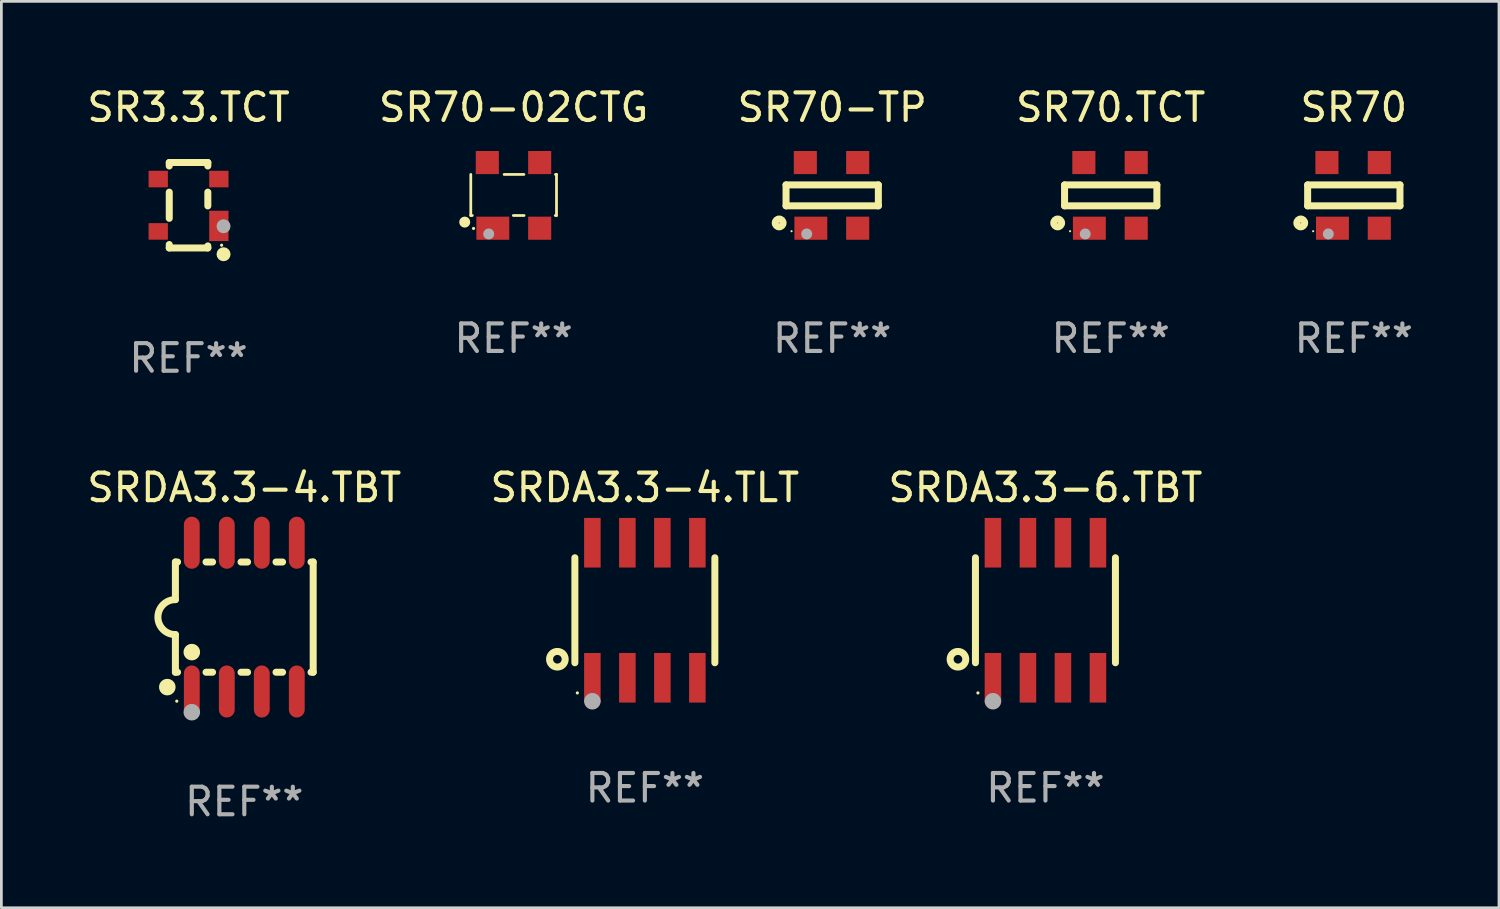
<source format=kicad_pcb>
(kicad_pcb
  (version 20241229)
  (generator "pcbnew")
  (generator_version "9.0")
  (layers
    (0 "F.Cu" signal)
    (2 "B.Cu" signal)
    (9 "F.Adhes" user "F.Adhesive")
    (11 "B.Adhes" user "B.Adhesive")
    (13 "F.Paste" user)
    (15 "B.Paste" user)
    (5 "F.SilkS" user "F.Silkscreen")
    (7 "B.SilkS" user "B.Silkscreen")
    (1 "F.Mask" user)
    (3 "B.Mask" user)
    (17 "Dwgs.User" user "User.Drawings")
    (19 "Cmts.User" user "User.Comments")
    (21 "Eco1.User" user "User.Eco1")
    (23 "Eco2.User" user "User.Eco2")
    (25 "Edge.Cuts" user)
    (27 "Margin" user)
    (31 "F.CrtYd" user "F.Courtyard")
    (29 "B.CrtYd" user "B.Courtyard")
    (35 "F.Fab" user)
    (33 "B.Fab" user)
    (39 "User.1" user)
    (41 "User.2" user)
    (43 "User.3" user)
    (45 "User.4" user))
  (footprint "SRDA3.3-6.TBT"
    (layer "F.Cu")
    (at 34.887 19.095)
    (property "Reference" "SRDA3.3-6.TBT" (at 0 -4.45 0) (layer "F.SilkS") (effects (font (size 1 1) (thickness 0.15))))
    (attr through_hole)
    (fp_line (start -2.54 -1.905) (end -2.54 1.905) (stroke (width 0.254) (type solid)) (layer "F.SilkS"))
    (fp_line (start 2.54 -1.905) (end 2.54 1.905) (stroke (width 0.254) (type solid)) (layer "F.SilkS"))
    (fp_circle (center -3.175 1.778) (end -2.891 1.778) (stroke (width 0.254) (type solid)) (fill no) (layer "F.SilkS"))
    (fp_circle (center -2.45 3) (end -2.42 3) (stroke (width 0.06) (type solid)) (fill no) (layer "F.SilkS"))
    (fp_circle (center -1.905 3.302) (end -1.755 3.302) (stroke (width 0.3) (type solid)) (fill no) (layer "F.Fab"))
    (fp_text user "REF**" (at 0 6.45 0) (layer "F.Fab") (effects (font (size 1 1) (thickness 0.15))))
    (pad "1" smd rect (at -1.905 2.45) (size 0.6 1.8) (layers "F.Cu" "F.Mask" "F.Paste"))
    (pad "2" smd rect (at -0.635 2.45) (size 0.6 1.8) (layers "F.Cu" "F.Mask" "F.Paste"))
    (pad "3" smd rect (at 0.635 2.45) (size 0.6 1.8) (layers "F.Cu" "F.Mask" "F.Paste"))
    (pad "4" smd rect (at 1.905 2.45) (size 0.6 1.8) (layers "F.Cu" "F.Mask" "F.Paste"))
    (pad "5" smd rect (at 1.905 -2.45 180) (size 0.6 1.8) (layers "F.Cu" "F.Mask" "F.Paste"))
    (pad "6" smd rect (at 0.635 -2.45 180) (size 0.6 1.8) (layers "F.Cu" "F.Mask" "F.Paste"))
    (pad "7" smd rect (at -0.635 -2.45 180) (size 0.6 1.8) (layers "F.Cu" "F.Mask" "F.Paste"))
    (pad "8" smd rect (at -1.905 -2.45 180) (size 0.6 1.8) (layers "F.Cu" "F.Mask" "F.Paste")))
  (footprint "SRDA3.3-4.TLT"
    (layer "F.Cu")
    (at 20.351 19.095)
    (property "Reference" "SRDA3.3-4.TLT" (at 0 -4.45 0) (layer "F.SilkS") (effects (font (size 1 1) (thickness 0.15))))
    (attr through_hole)
    (fp_line (start -2.54 -1.905) (end -2.54 1.905) (stroke (width 0.254) (type solid)) (layer "F.SilkS"))
    (fp_line (start 2.54 -1.905) (end 2.54 1.905) (stroke (width 0.254) (type solid)) (layer "F.SilkS"))
    (fp_circle (center -3.175 1.778) (end -2.891 1.778) (stroke (width 0.254) (type solid)) (fill no) (layer "F.SilkS"))
    (fp_circle (center -2.45 3) (end -2.42 3) (stroke (width 0.06) (type solid)) (fill no) (layer "F.SilkS"))
    (fp_circle (center -1.905 3.302) (end -1.755 3.302) (stroke (width 0.3) (type solid)) (fill no) (layer "F.Fab"))
    (fp_text user "REF**" (at 0 6.45 0) (layer "F.Fab") (effects (font (size 1 1) (thickness 0.15))))
    (pad "1" smd rect (at -1.905 2.45) (size 0.6 1.8) (layers "F.Cu" "F.Mask" "F.Paste"))
    (pad "2" smd rect (at -0.635 2.45) (size 0.6 1.8) (layers "F.Cu" "F.Mask" "F.Paste"))
    (pad "3" smd rect (at 0.635 2.45) (size 0.6 1.8) (layers "F.Cu" "F.Mask" "F.Paste"))
    (pad "4" smd rect (at 1.905 2.45) (size 0.6 1.8) (layers "F.Cu" "F.Mask" "F.Paste"))
    (pad "5" smd rect (at 1.905 -2.45 180) (size 0.6 1.8) (layers "F.Cu" "F.Mask" "F.Paste"))
    (pad "6" smd rect (at 0.635 -2.45 180) (size 0.6 1.8) (layers "F.Cu" "F.Mask" "F.Paste"))
    (pad "7" smd rect (at -0.635 -2.45 180) (size 0.6 1.8) (layers "F.Cu" "F.Mask" "F.Paste"))
    (pad "8" smd rect (at -1.905 -2.45 180) (size 0.6 1.8) (layers "F.Cu" "F.Mask" "F.Paste")))
  (footprint "SRDA3.3-4.TBT"
    (layer "F.Cu")
    (at 5.815 19.344)
    (property "Reference" "SRDA3.3-4.TBT" (at 0 -4.699 0) (layer "F.SilkS") (effects (font (size 1 1) (thickness 0.15))))
    (attr through_hole)
    (fp_line (start -2.5 -2) (end -2.5 -0.635) (stroke (width 0.254) (type solid)) (layer "F.SilkS"))
    (fp_line (start -2.5 -2) (end -2.421 -2) (stroke (width 0.254) (type solid)) (layer "F.SilkS"))
    (fp_line (start -2.5 2) (end -2.5 0.635) (stroke (width 0.254) (type solid)) (layer "F.SilkS"))
    (fp_line (start -2.5 2) (end -2.421 2) (stroke (width 0.254) (type solid)) (layer "F.SilkS"))
    (fp_line (start -1.389 -2) (end -1.151 -2) (stroke (width 0.254) (type solid)) (layer "F.SilkS"))
    (fp_line (start -1.389 2) (end -1.151 2) (stroke (width 0.254) (type solid)) (layer "F.SilkS"))
    (fp_line (start -0.119 -2) (end 0.119 -2) (stroke (width 0.254) (type solid)) (layer "F.SilkS"))
    (fp_line (start -0.119 2) (end 0.119 2) (stroke (width 0.254) (type solid)) (layer "F.SilkS"))
    (fp_line (start 1.151 -2) (end 1.389 -2) (stroke (width 0.254) (type solid)) (layer "F.SilkS"))
    (fp_line (start 1.151 2) (end 1.389 2) (stroke (width 0.254) (type solid)) (layer "F.SilkS"))
    (fp_line (start 2.421 -2) (end 2.5 -2) (stroke (width 0.254) (type solid)) (layer "F.SilkS"))
    (fp_line (start 2.421 2) (end 2.5 2) (stroke (width 0.254) (type solid)) (layer "F.SilkS"))
    (fp_line (start 2.5 -2) (end 2.5 2) (stroke (width 0.254) (type solid)) (layer "F.SilkS"))
    (fp_arc (start -2.5 0.635001) (mid -3.134366 -0.000318) (end -2.499365 -0.635001) (stroke (width 0.254001) (type solid)) (layer "F.SilkS"))
    (fp_circle (center -2.794 2.54) (end -2.644 2.54) (stroke (width 0.3) (type solid)) (fill no) (layer "F.SilkS"))
    (fp_circle (center -2.45 3.05) (end -2.42 3.05) (stroke (width 0.06) (type solid)) (fill no) (layer "F.SilkS"))
    (fp_circle (center -1.905 1.27) (end -1.755 1.27) (stroke (width 0.3) (type solid)) (fill no) (layer "F.SilkS"))
    (fp_circle (center -1.905 3.45) (end -1.755 3.45) (stroke (width 0.3) (type solid)) (fill no) (layer "F.Fab"))
    (fp_text user "REF**" (at 0 6.699 0) (layer "F.Fab") (effects (font (size 1 1) (thickness 0.15))))
    (pad "1" smd oval (at -1.905 2.699) (size 0.574 1.888) (layers "F.Cu" "F.Mask" "F.Paste"))
    (pad "2" smd oval (at -0.635 2.699) (size 0.574 1.888) (layers "F.Cu" "F.Mask" "F.Paste"))
    (pad "3" smd oval (at 0.635 2.699) (size 0.574 1.888) (layers "F.Cu" "F.Mask" "F.Paste"))
    (pad "4" smd oval (at 1.905 2.699) (size 0.574 1.888) (layers "F.Cu" "F.Mask" "F.Paste"))
    (pad "5" smd oval (at 1.905 -2.699) (size 0.574 1.888) (layers "F.Cu" "F.Mask" "F.Paste"))
    (pad "6" smd oval (at 0.635 -2.699) (size 0.574 1.888) (layers "F.Cu" "F.Mask" "F.Paste"))
    (pad "7" smd oval (at -0.635 -2.699) (size 0.574 1.888) (layers "F.Cu" "F.Mask" "F.Paste"))
    (pad "8" smd oval (at -1.905 -2.699) (size 0.574 1.888) (layers "F.Cu" "F.Mask" "F.Paste")))
  (footprint "SR70.TCT"
    (layer "F.Cu")
    (at 37.256 4.04)
    (property "Reference" "SR70.TCT" (at 0 -3.191 0) (layer "F.SilkS") (effects (font (size 1 1) (thickness 0.15))))
    (attr through_hole)
    (fp_line (start -1.675 -0.38) (end -1.675 0.38) (stroke (width 0.254) (type solid)) (layer "F.SilkS"))
    (fp_line (start -1.675 -0.38) (end 1.675 -0.38) (stroke (width 0.254) (type solid)) (layer "F.SilkS"))
    (fp_line (start -1.675 0.38) (end 1.675 0.38) (stroke (width 0.254) (type solid)) (layer "F.SilkS"))
    (fp_line (start 1.675 -0.38) (end 1.675 0.38) (stroke (width 0.254) (type solid)) (layer "F.SilkS"))
    (fp_circle (center -1.925 1) (end -1.783 1) (stroke (width 0.254) (type solid)) (fill no) (layer "F.SilkS"))
    (fp_circle (center -1.475 1.3) (end -1.455 1.3) (stroke (width 0.04) (type solid)) (fill no) (layer "F.SilkS"))
    (fp_circle (center -0.925 1.4) (end -0.825 1.4) (stroke (width 0.2) (type solid)) (fill no) (layer "F.Fab"))
    (fp_text user "REF**" (at 0 5.191 0) (layer "F.Fab") (effects (font (size 1 1) (thickness 0.15))))
    (pad "1" smd rect (at -0.775 1.191) (size 1.194 0.838) (layers "F.Cu" "F.Mask" "F.Paste"))
    (pad "2" smd rect (at 0.925 1.191) (size 0.838 0.838) (layers "F.Cu" "F.Mask" "F.Paste"))
    (pad "3" smd rect (at 0.925 -1.191) (size 0.838 0.838) (layers "F.Cu" "F.Mask" "F.Paste"))
    (pad "4" smd rect (at -0.975 -1.191) (size 0.838 0.838) (layers "F.Cu" "F.Mask" "F.Paste")))
  (footprint "SR70-02CTG"
    (layer "F.Cu")
    (at 15.589 4.04)
    (property "Reference" "SR70-02CTG" (at 0 -3.191 0) (layer "F.SilkS") (effects (font (size 1 1) (thickness 0.15))))
    (attr through_hole)
    (fp_line (start -1.555 0.73) (end -1.555 -0.76) (stroke (width 0.1) (type solid)) (layer "F.SilkS"))
    (fp_line (start -1.5 0.73) (end -1.555 0.73) (stroke (width 0.1) (type solid)) (layer "F.SilkS"))
    (fp_line (start -0.345 -0.76) (end 0.372 -0.76) (stroke (width 0.1) (type solid)) (layer "F.SilkS"))
    (fp_line (start 0.378 0.73) (end -0.01 0.73) (stroke (width 0.1) (type solid)) (layer "F.SilkS"))
    (fp_line (start 1.518 -0.76) (end 1.555 -0.76) (stroke (width 0.1) (type solid)) (layer "F.SilkS"))
    (fp_line (start 1.555 -0.76) (end 1.555 0.73) (stroke (width 0.1) (type solid)) (layer "F.SilkS"))
    (fp_line (start 1.555 0.73) (end 1.512 0.73) (stroke (width 0.1) (type solid)) (layer "F.SilkS"))
    (fp_circle (center -1.775 0.97) (end -1.675 0.97) (stroke (width 0.2) (type solid)) (fill no) (layer "F.SilkS"))
    (fp_circle (center -1.455 1.2) (end -1.425 1.2) (stroke (width 0.06) (type solid)) (fill no) (layer "F.SilkS"))
    (fp_circle (center -0.905 1.4) (end -0.805 1.4) (stroke (width 0.2) (type solid)) (fill no) (layer "F.Fab"))
    (fp_text user "REF**" (at 0 5.191 0) (layer "F.Fab") (effects (font (size 1 1) (thickness 0.15))))
    (pad "1" smd rect (at -0.755 1.191) (size 1.194 0.838) (layers "F.Cu" "F.Mask" "F.Paste"))
    (pad "2" smd rect (at 0.945 1.191) (size 0.838 0.838) (layers "F.Cu" "F.Mask" "F.Paste"))
    (pad "3" smd rect (at 0.945 -1.191) (size 0.838 0.838) (layers "F.Cu" "F.Mask" "F.Paste"))
    (pad "4" smd rect (at -0.955 -1.191) (size 0.838 0.838) (layers "F.Cu" "F.Mask" "F.Paste")))
  (footprint "SR70"
    (layer "F.Cu")
    (at 46.077 4.04)
    (property "Reference" "SR70" (at 0 -3.191 0) (layer "F.SilkS") (effects (font (size 1 1) (thickness 0.15))))
    (attr through_hole)
    (fp_line (start -1.675 -0.38) (end -1.675 0.38) (stroke (width 0.254) (type solid)) (layer "F.SilkS"))
    (fp_line (start -1.675 -0.38) (end 1.675 -0.38) (stroke (width 0.254) (type solid)) (layer "F.SilkS"))
    (fp_line (start -1.675 0.38) (end 1.675 0.38) (stroke (width 0.254) (type solid)) (layer "F.SilkS"))
    (fp_line (start 1.675 -0.38) (end 1.675 0.38) (stroke (width 0.254) (type solid)) (layer "F.SilkS"))
    (fp_circle (center -1.925 1) (end -1.783 1) (stroke (width 0.254) (type solid)) (fill no) (layer "F.SilkS"))
    (fp_circle (center -1.475 1.3) (end -1.455 1.3) (stroke (width 0.04) (type solid)) (fill no) (layer "F.SilkS"))
    (fp_circle (center -0.925 1.4) (end -0.825 1.4) (stroke (width 0.2) (type solid)) (fill no) (layer "F.Fab"))
    (fp_text user "REF**" (at 0 5.191 0) (layer "F.Fab") (effects (font (size 1 1) (thickness 0.15))))
    (pad "1" smd rect (at -0.775 1.191) (size 1.194 0.838) (layers "F.Cu" "F.Mask" "F.Paste"))
    (pad "2" smd rect (at 0.925 1.191) (size 0.838 0.838) (layers "F.Cu" "F.Mask" "F.Paste"))
    (pad "3" smd rect (at 0.925 -1.191) (size 0.838 0.838) (layers "F.Cu" "F.Mask" "F.Paste"))
    (pad "4" smd rect (at -0.975 -1.191) (size 0.838 0.838) (layers "F.Cu" "F.Mask" "F.Paste")))
  (footprint "SR3.3.TCT"
    (layer "F.Cu")
    (at 3.792 4.398)
    (property "Reference" "SR3.3.TCT" (at 0 -3.55 0) (layer "F.SilkS") (effects (font (size 1 1) (thickness 0.15))))
    (attr through_hole)
    (fp_line (start -0.7 -1.425) (end -0.7 -1.55) (stroke (width 0.254) (type solid)) (layer "F.SilkS"))
    (fp_line (start -0.7 0.475) (end -0.7 -0.475) (stroke (width 0.254) (type solid)) (layer "F.SilkS"))
    (fp_line (start -0.7 1.55) (end -0.7 1.425) (stroke (width 0.254) (type solid)) (layer "F.SilkS"))
    (fp_line (start 0.7 -1.55) (end -0.7 -1.55) (stroke (width 0.254) (type solid)) (layer "F.SilkS"))
    (fp_line (start 0.7 -1.425) (end 0.7 -1.55) (stroke (width 0.254) (type solid)) (layer "F.SilkS"))
    (fp_line (start 0.7 0.025) (end 0.7 -0.475) (stroke (width 0.254) (type solid)) (layer "F.SilkS"))
    (fp_line (start 0.7 1.55) (end -0.7 1.55) (stroke (width 0.254) (type solid)) (layer "F.SilkS"))
    (fp_line (start 0.7 1.55) (end 0.7 1.475) (stroke (width 0.254) (type solid)) (layer "F.SilkS"))
    (fp_circle (center 1.2 1.45) (end 1.23 1.45) (stroke (width 0.06) (type solid)) (fill no) (layer "F.SilkS"))
    (fp_circle (center 1.27 1.778) (end 1.397 1.778) (stroke (width 0.254) (type solid)) (fill no) (layer "F.SilkS"))
    (fp_circle (center 1.27 0.762) (end 1.397 0.762) (stroke (width 0.254) (type solid)) (fill no) (layer "F.Fab"))
    (fp_text user "REF**" (at 0 5.55 0) (layer "F.Fab") (effects (font (size 1 1) (thickness 0.15))))
    (pad "1" smd rect (at 1.1 0.75 90) (size 1.1 0.7) (layers "F.Cu" "F.Mask" "F.Paste"))
    (pad "2" smd rect (at 1.1 -0.95 90) (size 0.6 0.7) (layers "F.Cu" "F.Mask" "F.Paste"))
    (pad "3" smd rect (at -1.1 -0.95 90) (size 0.6 0.7) (layers "F.Cu" "F.Mask" "F.Paste"))
    (pad "4" smd rect (at -1.1 0.95 90) (size 0.6 0.7) (layers "F.Cu" "F.Mask" "F.Paste")))
  (footprint "SR70-TP"
    (layer "F.Cu")
    (at 27.149 4.04)
    (property "Reference" "SR70-TP" (at 0 -3.191 0) (layer "F.SilkS") (effects (font (size 1 1) (thickness 0.15))))
    (attr through_hole)
    (fp_line (start -1.675 -0.38) (end -1.675 0.38) (stroke (width 0.254) (type solid)) (layer "F.SilkS"))
    (fp_line (start -1.675 -0.38) (end 1.675 -0.38) (stroke (width 0.254) (type solid)) (layer "F.SilkS"))
    (fp_line (start -1.675 0.38) (end 1.675 0.38) (stroke (width 0.254) (type solid)) (layer "F.SilkS"))
    (fp_line (start 1.675 -0.38) (end 1.675 0.38) (stroke (width 0.254) (type solid)) (layer "F.SilkS"))
    (fp_circle (center -1.925 1) (end -1.783 1) (stroke (width 0.254) (type solid)) (fill no) (layer "F.SilkS"))
    (fp_circle (center -1.475 1.3) (end -1.455 1.3) (stroke (width 0.04) (type solid)) (fill no) (layer "F.SilkS"))
    (fp_circle (center -0.925 1.4) (end -0.825 1.4) (stroke (width 0.2) (type solid)) (fill no) (layer "F.Fab"))
    (fp_text user "REF**" (at 0 5.191 0) (layer "F.Fab") (effects (font (size 1 1) (thickness 0.15))))
    (pad "1" smd rect (at -0.775 1.191) (size 1.194 0.838) (layers "F.Cu" "F.Mask" "F.Paste"))
    (pad "2" smd rect (at 0.925 1.191) (size 0.838 0.838) (layers "F.Cu" "F.Mask" "F.Paste"))
    (pad "3" smd rect (at 0.925 -1.191) (size 0.838 0.838) (layers "F.Cu" "F.Mask" "F.Paste"))
    (pad "4" smd rect (at -0.975 -1.191) (size 0.838 0.838) (layers "F.Cu" "F.Mask" "F.Paste")))
  (gr_rect
    (start -3 -3)
    (end 51.345 29.891)
    (stroke (width 0.1) (type default))
    (fill no)
    (layer "Edge.Cuts")))
</source>
